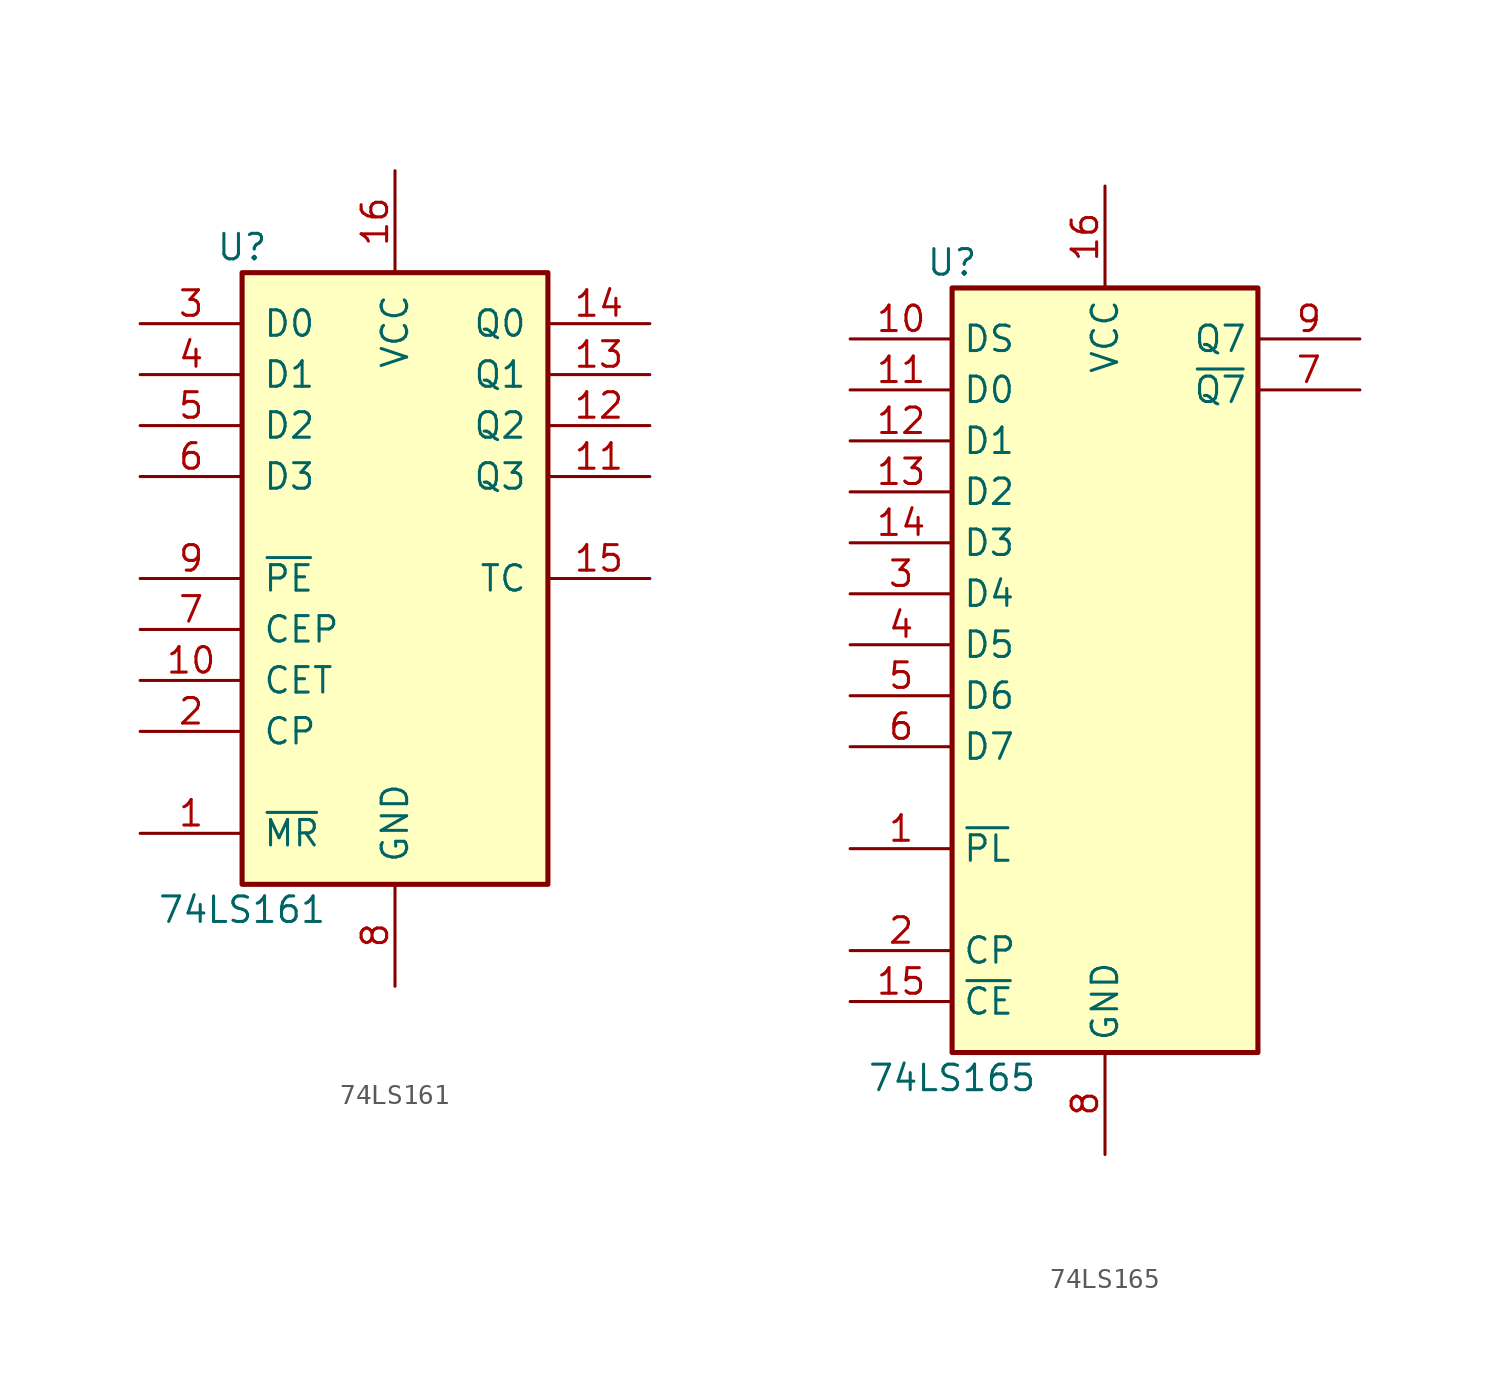
<source format=kicad_sym>
(kicad_symbol_lib
  (version 20241209)
  (generator "kicad_symbol_editor")
  (generator_version "9.0")
  (symbol "74LS161"
    (pin_names
      (offset 1.016))
    (property "Reference" "U"
      (at -7.62 16.51 0)
      (effects (font (size 1.27 1.27))))
    (property "Value" "74LS161"
      (at -7.62 -16.51 0)
      (effects (font (size 1.27 1.27))))
    (property "ki_locked" ""
      (at 0 0 0)
      (effects (font (size 1.27 1.27))))
    (symbol "74LS161_1_0"
      (pin input line (at -12.7 12.7 0) (length 5.08) (name "D0" (effects (font (size 1.27 1.27)))) (number "3" (effects (font (size 1.27 1.27)))))
      (pin input line (at -12.7 10.16 0) (length 5.08) (name "D1" (effects (font (size 1.27 1.27)))) (number "4" (effects (font (size 1.27 1.27)))))
      (pin input line (at -12.7 7.62 0) (length 5.08) (name "D2" (effects (font (size 1.27 1.27)))) (number "5" (effects (font (size 1.27 1.27)))))
      (pin input line (at -12.7 5.08 0) (length 5.08) (name "D3" (effects (font (size 1.27 1.27)))) (number "6" (effects (font (size 1.27 1.27)))))
      (pin input line (at -12.7 0 0) (length 5.08) (name "~{PE}" (effects (font (size 1.27 1.27)))) (number "9" (effects (font (size 1.27 1.27)))))
      (pin input line (at -12.7 -2.54 0) (length 5.08) (name "CEP" (effects (font (size 1.27 1.27)))) (number "7" (effects (font (size 1.27 1.27)))))
      (pin input line (at -12.7 -5.08 0) (length 5.08) (name "CET" (effects (font (size 1.27 1.27)))) (number "10" (effects (font (size 1.27 1.27)))))
      (pin input line (at -12.7 -7.62 0) (length 5.08) (name "CP" (effects (font (size 1.27 1.27)))) (number "2" (effects (font (size 1.27 1.27)))))
      (pin input line (at -12.7 -12.7 0) (length 5.08) (name "~{MR}" (effects (font (size 1.27 1.27)))) (number "1" (effects (font (size 1.27 1.27)))))
      (pin power_in line (at 0 20.32 270) (length 5.08) (name "VCC" (effects (font (size 1.27 1.27)))) (number "16" (effects (font (size 1.27 1.27)))))
      (pin power_in line (at 0 -20.32 90) (length 5.08) (name "GND" (effects (font (size 1.27 1.27)))) (number "8" (effects (font (size 1.27 1.27)))))
      (pin output line (at 12.7 12.7 180) (length 5.08) (name "Q0" (effects (font (size 1.27 1.27)))) (number "14" (effects (font (size 1.27 1.27)))))
      (pin output line (at 12.7 10.16 180) (length 5.08) (name "Q1" (effects (font (size 1.27 1.27)))) (number "13" (effects (font (size 1.27 1.27)))))
      (pin output line (at 12.7 7.62 180) (length 5.08) (name "Q2" (effects (font (size 1.27 1.27)))) (number "12" (effects (font (size 1.27 1.27)))))
      (pin output line (at 12.7 5.08 180) (length 5.08) (name "Q3" (effects (font (size 1.27 1.27)))) (number "11" (effects (font (size 1.27 1.27)))))
      (pin output line (at 12.7 0 180) (length 5.08) (name "TC" (effects (font (size 1.27 1.27)))) (number "15" (effects (font (size 1.27 1.27))))))
    (symbol "74LS161_1_1"
      (rectangle (start -7.62 15.24) (end 7.62 -15.24) (stroke (width 0.254) (type solid)) (fill (type background)))))
  (symbol "74LS165"
    (property "Reference" "U"
      (at -7.62 19.05 0)
      (effects (font (size 1.27 1.27))))
    (property "Value" "74LS165"
      (at -7.62 -21.59 0)
      (effects (font (size 1.27 1.27))))
    (symbol "74LS165_1_0"
      (pin input line (at -12.7 15.24 0) (length 5.08) (name "DS" (effects (font (size 1.27 1.27)))) (number "10" (effects (font (size 1.27 1.27)))))
      (pin input line (at -12.7 12.7 0) (length 5.08) (name "D0" (effects (font (size 1.27 1.27)))) (number "11" (effects (font (size 1.27 1.27)))))
      (pin input line (at -12.7 10.16 0) (length 5.08) (name "D1" (effects (font (size 1.27 1.27)))) (number "12" (effects (font (size 1.27 1.27)))))
      (pin input line (at -12.7 7.62 0) (length 5.08) (name "D2" (effects (font (size 1.27 1.27)))) (number "13" (effects (font (size 1.27 1.27)))))
      (pin input line (at -12.7 5.08 0) (length 5.08) (name "D3" (effects (font (size 1.27 1.27)))) (number "14" (effects (font (size 1.27 1.27)))))
      (pin input line (at -12.7 2.54 0) (length 5.08) (name "D4" (effects (font (size 1.27 1.27)))) (number "3" (effects (font (size 1.27 1.27)))))
      (pin input line (at -12.7 0 0) (length 5.08) (name "D5" (effects (font (size 1.27 1.27)))) (number "4" (effects (font (size 1.27 1.27)))))
      (pin input line (at -12.7 -2.54 0) (length 5.08) (name "D6" (effects (font (size 1.27 1.27)))) (number "5" (effects (font (size 1.27 1.27)))))
      (pin input line (at -12.7 -5.08 0) (length 5.08) (name "D7" (effects (font (size 1.27 1.27)))) (number "6" (effects (font (size 1.27 1.27)))))
      (pin input line (at -12.7 -10.16 0) (length 5.08) (name "~{PL}" (effects (font (size 1.27 1.27)))) (number "1" (effects (font (size 1.27 1.27)))))
      (pin input line (at -12.7 -15.24 0) (length 5.08) (name "CP" (effects (font (size 1.27 1.27)))) (number "2" (effects (font (size 1.27 1.27)))))
      (pin input line (at -12.7 -17.78 0) (length 5.08) (name "~{CE}" (effects (font (size 1.27 1.27)))) (number "15" (effects (font (size 1.27 1.27)))))
      (pin power_in line (at 0 22.86 270) (length 5.08) (name "VCC" (effects (font (size 1.27 1.27)))) (number "16" (effects (font (size 1.27 1.27)))))
      (pin power_in line (at 0 -25.4 90) (length 5.08) (name "GND" (effects (font (size 1.27 1.27)))) (number "8" (effects (font (size 1.27 1.27)))))
      (pin output line (at 12.7 15.24 180) (length 5.08) (name "Q7" (effects (font (size 1.27 1.27)))) (number "9" (effects (font (size 1.27 1.27)))))
      (pin output line (at 12.7 12.7 180) (length 5.08) (name "~{Q7}" (effects (font (size 1.27 1.27)))) (number "7" (effects (font (size 1.27 1.27))))))
    (symbol "74LS165_1_1"
      (rectangle (start -7.62 17.78) (end 7.62 -20.32) (stroke (width 0.254) (type solid)) (fill (type background))))))
</source>
